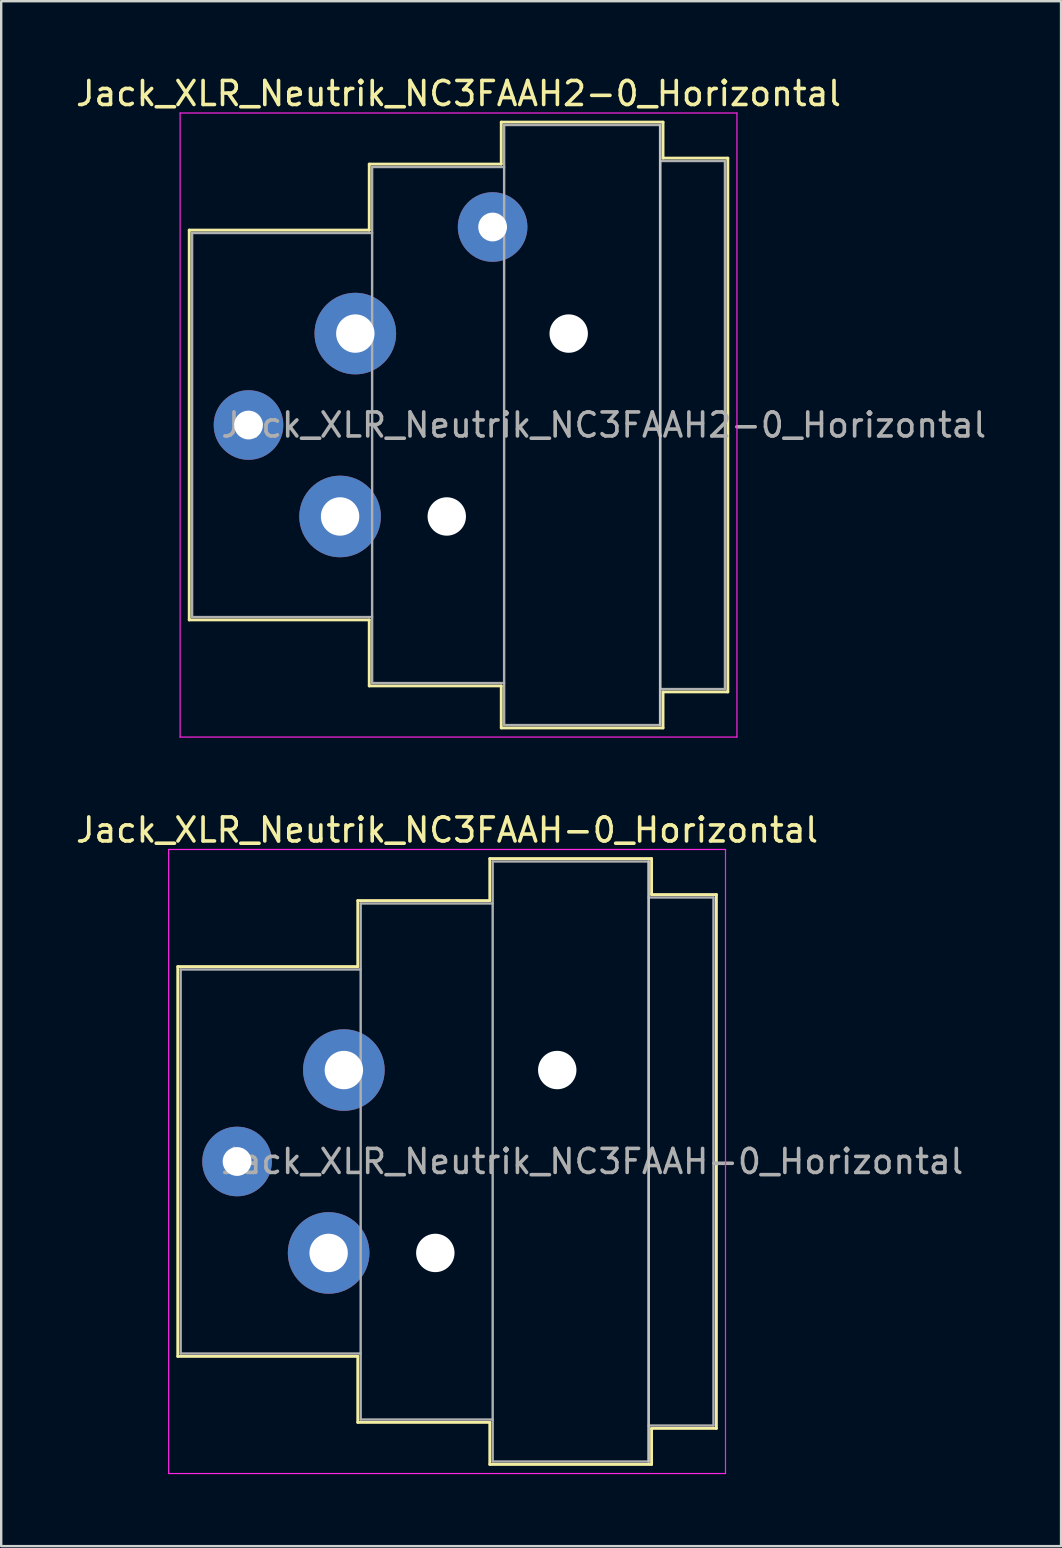
<source format=kicad_pcb>
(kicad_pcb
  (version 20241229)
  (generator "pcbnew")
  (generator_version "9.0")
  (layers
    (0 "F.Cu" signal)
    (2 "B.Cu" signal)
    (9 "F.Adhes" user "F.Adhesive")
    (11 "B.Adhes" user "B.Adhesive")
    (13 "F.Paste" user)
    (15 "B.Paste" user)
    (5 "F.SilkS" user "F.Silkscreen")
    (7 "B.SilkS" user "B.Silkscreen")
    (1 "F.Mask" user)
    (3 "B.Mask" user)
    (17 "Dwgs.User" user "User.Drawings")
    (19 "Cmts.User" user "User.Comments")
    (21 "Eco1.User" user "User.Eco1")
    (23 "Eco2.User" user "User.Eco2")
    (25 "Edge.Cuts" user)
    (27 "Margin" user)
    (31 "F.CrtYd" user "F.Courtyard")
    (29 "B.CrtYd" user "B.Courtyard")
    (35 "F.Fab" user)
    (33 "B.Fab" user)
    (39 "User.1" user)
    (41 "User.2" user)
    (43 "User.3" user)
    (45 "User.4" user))
  (footprint "Jack_XLR_Neutrik_NC3FAAH2-0_Horizontal"
    (layer "F.Cu")
    (at 11.754 10.848)
    (property "Reference" "Jack_XLR_Neutrik_NC3FAAH2-0_Horizontal" (at 4.3 -10 0) (layer "F.SilkS") (effects (font (size 1 1) (thickness 0.15))))
    (attr through_hole)
    (fp_line (start -6.92 -4.31) (end -6.92 11.93) (stroke (width 0.12) (type solid)) (layer "F.SilkS"))
    (fp_line (start 0.58 -7.06) (end 0.58 -4.31) (stroke (width 0.12) (type solid)) (layer "F.SilkS"))
    (fp_line (start 0.58 -4.31) (end -6.92 -4.31) (stroke (width 0.12) (type solid)) (layer "F.SilkS"))
    (fp_line (start 0.58 11.93) (end -6.92 11.93) (stroke (width 0.12) (type solid)) (layer "F.SilkS"))
    (fp_line (start 0.58 11.93) (end 0.58 14.68) (stroke (width 0.12) (type solid)) (layer "F.SilkS"))
    (fp_line (start 6.08 -7.06) (end 0.58 -7.06) (stroke (width 0.12) (type solid)) (layer "F.SilkS"))
    (fp_line (start 6.08 -7.06) (end 6.08 -8.81) (stroke (width 0.12) (type solid)) (layer "F.SilkS"))
    (fp_line (start 6.08 14.68) (end 0.58 14.68) (stroke (width 0.12) (type solid)) (layer "F.SilkS"))
    (fp_line (start 6.08 16.43) (end 6.08 14.68) (stroke (width 0.12) (type solid)) (layer "F.SilkS"))
    (fp_line (start 12.82 -8.81) (end 6.08 -8.81) (stroke (width 0.12) (type solid)) (layer "F.SilkS"))
    (fp_line (start 12.82 -8.81) (end 12.82 -7.31) (stroke (width 0.12) (type solid)) (layer "F.SilkS"))
    (fp_line (start 12.82 -7.31) (end 15.52 -7.31) (stroke (width 0.12) (type solid)) (layer "F.SilkS"))
    (fp_line (start 12.82 14.93) (end 12.82 16.43) (stroke (width 0.12) (type solid)) (layer "F.SilkS"))
    (fp_line (start 12.82 14.93) (end 15.52 14.93) (stroke (width 0.12) (type solid)) (layer "F.SilkS"))
    (fp_line (start 12.82 16.43) (end 6.08 16.43) (stroke (width 0.12) (type solid)) (layer "F.SilkS"))
    (fp_line (start 15.52 -7.31) (end 15.52 14.93) (stroke (width 0.12) (type solid)) (layer "F.SilkS"))
    (fp_line (start 12.7 -8.69) (end 12.7 16.31) (stroke (width 0.1) (type solid)) (layer "Dwgs.User"))
    (fp_line (start -7.3 -9.19) (end -7.3 16.81) (stroke (width 0.05) (type solid)) (layer "F.CrtYd"))
    (fp_line (start 15.9 -9.19) (end -7.3 -9.19) (stroke (width 0.05) (type solid)) (layer "F.CrtYd"))
    (fp_line (start 15.9 -9.19) (end 15.9 16.81) (stroke (width 0.05) (type solid)) (layer "F.CrtYd"))
    (fp_line (start 15.9 16.81) (end -7.3 16.81) (stroke (width 0.05) (type solid)) (layer "F.CrtYd"))
    (fp_line (start -6.8 -4.19) (end -6.8 11.81) (stroke (width 0.1) (type solid)) (layer "F.Fab"))
    (fp_line (start -6.8 11.81) (end 0.7 11.81) (stroke (width 0.1) (type solid)) (layer "F.Fab"))
    (fp_line (start 0.7 -6.94) (end 0.7 14.56) (stroke (width 0.1) (type solid)) (layer "F.Fab"))
    (fp_line (start 0.7 -4.19) (end -6.8 -4.19) (stroke (width 0.1) (type solid)) (layer "F.Fab"))
    (fp_line (start 0.7 14.56) (end 6.2 14.56) (stroke (width 0.1) (type solid)) (layer "F.Fab"))
    (fp_line (start 6.2 -8.69) (end 12.7 -8.69) (stroke (width 0.1) (type solid)) (layer "F.Fab"))
    (fp_line (start 6.2 -6.94) (end 0.7 -6.94) (stroke (width 0.1) (type solid)) (layer "F.Fab"))
    (fp_line (start 6.2 16.31) (end 6.2 -8.69) (stroke (width 0.1) (type solid)) (layer "F.Fab"))
    (fp_line (start 12.7 -8.69) (end 12.7 16.31) (stroke (width 0.1) (type solid)) (layer "F.Fab"))
    (fp_line (start 12.7 -7.19) (end 15.4 -7.19) (stroke (width 0.1) (type solid)) (layer "F.Fab"))
    (fp_line (start 12.7 16.31) (end 6.2 16.31) (stroke (width 0.1) (type solid)) (layer "F.Fab"))
    (fp_line (start 15.4 -7.19) (end 15.4 14.81) (stroke (width 0.1) (type solid)) (layer "F.Fab"))
    (fp_line (start 15.4 14.81) (end 12.7 14.81) (stroke (width 0.1) (type solid)) (layer "F.Fab"))
    (fp_text user "${REFERENCE}" (at 10.35 3.81 0) (layer "F.Fab") (effects (font (size 1 1) (thickness 0.15))))
    (pad "" np_thru_hole circle (at 3.81 7.62) (size 1.6 1.6) (drill 1.6) (layers "*.Cu" "*.Mask"))
    (pad "" np_thru_hole circle (at 8.89 0) (size 1.6 1.6) (drill 1.6) (layers "*.Cu" "*.Mask"))
    (pad "1" thru_hole circle (at 0 0) (size 3.4 3.4) (drill 1.6) (layers "*.Cu" "*.Mask"))
    (pad "2" thru_hole circle (at -0.635 7.62) (size 3.4 3.4) (drill 1.6) (layers "*.Cu" "*.Mask"))
    (pad "3" thru_hole circle (at -4.45 3.81) (size 2.9 2.9) (drill 1.2) (layers "*.Cu" "*.Mask"))
    (pad "G" thru_hole circle (at 5.72 -4.44) (size 2.9 2.9) (drill 1.2) (layers "*.Cu" "*.Mask")))
  (footprint "Jack_XLR_Neutrik_NC3FAAH-0_Horizontal"
    (layer "F.Cu")
    (at 11.277 41.532)
    (property "Reference" "Jack_XLR_Neutrik_NC3FAAH-0_Horizontal" (at 4.3 -10 0) (layer "F.SilkS") (effects (font (size 1 1) (thickness 0.15))))
    (attr through_hole)
    (fp_line (start -6.92 -4.31) (end -6.92 11.93) (stroke (width 0.12) (type solid)) (layer "F.SilkS"))
    (fp_line (start 0.58 -7.06) (end 0.58 -4.31) (stroke (width 0.12) (type solid)) (layer "F.SilkS"))
    (fp_line (start 0.58 -4.31) (end -6.92 -4.31) (stroke (width 0.12) (type solid)) (layer "F.SilkS"))
    (fp_line (start 0.58 11.93) (end -6.92 11.93) (stroke (width 0.12) (type solid)) (layer "F.SilkS"))
    (fp_line (start 0.58 11.93) (end 0.58 14.68) (stroke (width 0.12) (type solid)) (layer "F.SilkS"))
    (fp_line (start 6.08 -7.06) (end 0.58 -7.06) (stroke (width 0.12) (type solid)) (layer "F.SilkS"))
    (fp_line (start 6.08 -7.06) (end 6.08 -8.81) (stroke (width 0.12) (type solid)) (layer "F.SilkS"))
    (fp_line (start 6.08 14.68) (end 0.58 14.68) (stroke (width 0.12) (type solid)) (layer "F.SilkS"))
    (fp_line (start 6.08 16.43) (end 6.08 14.68) (stroke (width 0.12) (type solid)) (layer "F.SilkS"))
    (fp_line (start 12.82 -8.81) (end 6.08 -8.81) (stroke (width 0.12) (type solid)) (layer "F.SilkS"))
    (fp_line (start 12.82 -8.81) (end 12.82 -7.31) (stroke (width 0.12) (type solid)) (layer "F.SilkS"))
    (fp_line (start 12.82 -7.31) (end 15.52 -7.31) (stroke (width 0.12) (type solid)) (layer "F.SilkS"))
    (fp_line (start 12.82 14.93) (end 12.82 16.43) (stroke (width 0.12) (type solid)) (layer "F.SilkS"))
    (fp_line (start 12.82 14.93) (end 15.52 14.93) (stroke (width 0.12) (type solid)) (layer "F.SilkS"))
    (fp_line (start 12.82 16.43) (end 6.08 16.43) (stroke (width 0.12) (type solid)) (layer "F.SilkS"))
    (fp_line (start 15.52 -7.31) (end 15.52 14.93) (stroke (width 0.12) (type solid)) (layer "F.SilkS"))
    (fp_line (start 12.7 -8.69) (end 12.7 16.31) (stroke (width 0.1) (type solid)) (layer "Dwgs.User"))
    (fp_line (start -7.3 -9.19) (end -7.3 16.81) (stroke (width 0.05) (type solid)) (layer "F.CrtYd"))
    (fp_line (start 15.9 -9.19) (end -7.3 -9.19) (stroke (width 0.05) (type solid)) (layer "F.CrtYd"))
    (fp_line (start 15.9 -9.19) (end 15.9 16.81) (stroke (width 0.05) (type solid)) (layer "F.CrtYd"))
    (fp_line (start 15.9 16.81) (end -7.3 16.81) (stroke (width 0.05) (type solid)) (layer "F.CrtYd"))
    (fp_line (start -6.8 -4.19) (end -6.8 11.81) (stroke (width 0.1) (type solid)) (layer "F.Fab"))
    (fp_line (start -6.8 11.81) (end 0.7 11.81) (stroke (width 0.1) (type solid)) (layer "F.Fab"))
    (fp_line (start 0.7 -6.94) (end 0.7 14.56) (stroke (width 0.1) (type solid)) (layer "F.Fab"))
    (fp_line (start 0.7 -4.19) (end -6.8 -4.19) (stroke (width 0.1) (type solid)) (layer "F.Fab"))
    (fp_line (start 0.7 14.56) (end 6.2 14.56) (stroke (width 0.1) (type solid)) (layer "F.Fab"))
    (fp_line (start 6.2 -8.69) (end 12.7 -8.69) (stroke (width 0.1) (type solid)) (layer "F.Fab"))
    (fp_line (start 6.2 -6.94) (end 0.7 -6.94) (stroke (width 0.1) (type solid)) (layer "F.Fab"))
    (fp_line (start 6.2 16.31) (end 6.2 -8.69) (stroke (width 0.1) (type solid)) (layer "F.Fab"))
    (fp_line (start 12.7 -8.69) (end 12.7 16.31) (stroke (width 0.1) (type solid)) (layer "F.Fab"))
    (fp_line (start 12.7 -7.19) (end 15.4 -7.19) (stroke (width 0.1) (type solid)) (layer "F.Fab"))
    (fp_line (start 12.7 16.31) (end 6.2 16.31) (stroke (width 0.1) (type solid)) (layer "F.Fab"))
    (fp_line (start 15.4 -7.19) (end 15.4 14.81) (stroke (width 0.1) (type solid)) (layer "F.Fab"))
    (fp_line (start 15.4 14.81) (end 12.7 14.81) (stroke (width 0.1) (type solid)) (layer "F.Fab"))
    (fp_text user "${REFERENCE}" (at 10.35 3.81 0) (layer "F.Fab") (effects (font (size 1 1) (thickness 0.15))))
    (pad "" np_thru_hole circle (at 3.81 7.62) (size 1.6 1.6) (drill 1.6) (layers "*.Cu" "*.Mask"))
    (pad "" np_thru_hole circle (at 8.89 0) (size 1.6 1.6) (drill 1.6) (layers "*.Cu" "*.Mask"))
    (pad "1" thru_hole circle (at 0 0) (size 3.4 3.4) (drill 1.6) (layers "*.Cu" "*.Mask"))
    (pad "2" thru_hole circle (at -0.635 7.62) (size 3.4 3.4) (drill 1.6) (layers "*.Cu" "*.Mask"))
    (pad "3" thru_hole circle (at -4.45 3.81) (size 2.9 2.9) (drill 1.2) (layers "*.Cu" "*.Mask")))
  (gr_rect
    (start -3 -3)
    (end 41.157 61.367)
    (stroke (width 0.1) (type default))
    (fill no)
    (layer "Edge.Cuts")))
</source>
